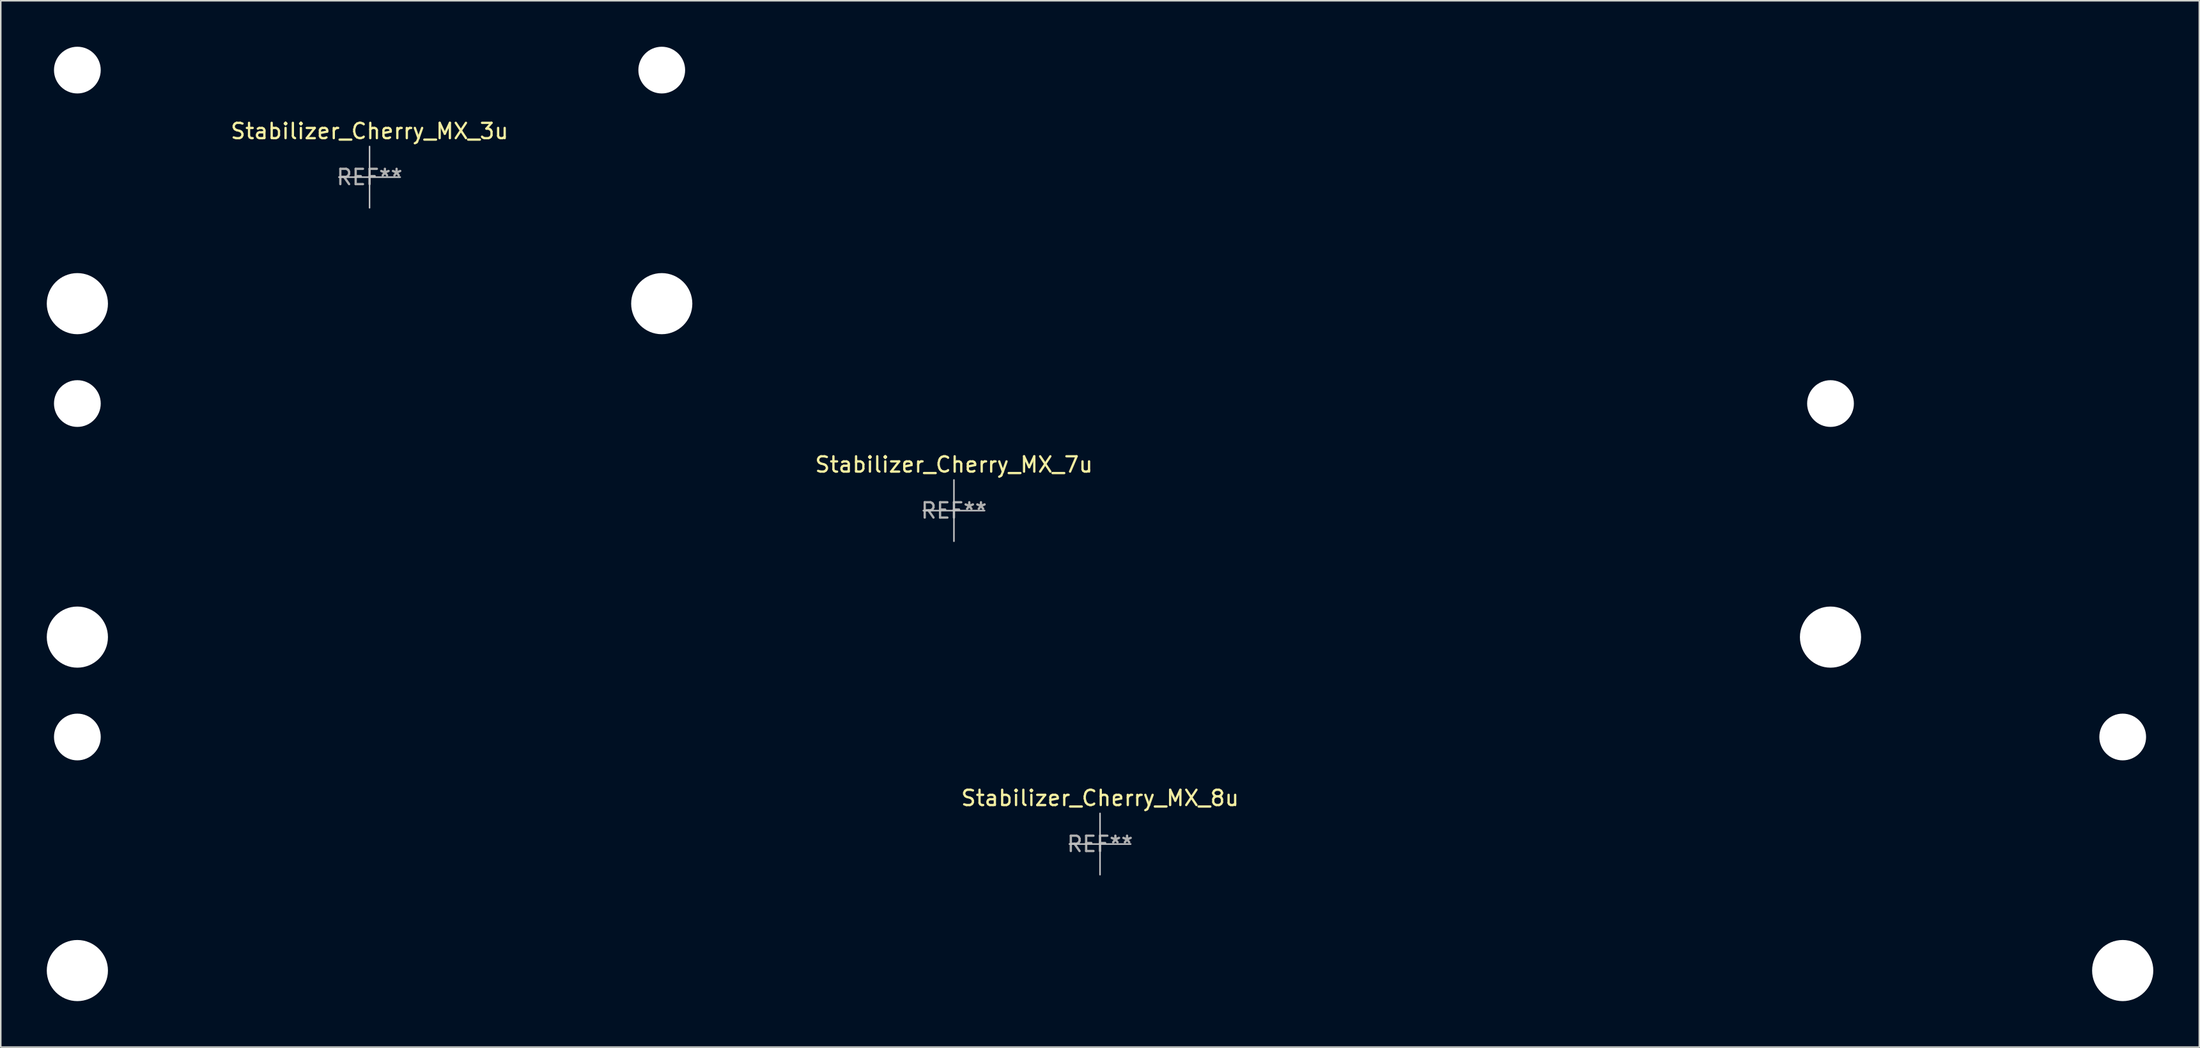
<source format=kicad_pcb>
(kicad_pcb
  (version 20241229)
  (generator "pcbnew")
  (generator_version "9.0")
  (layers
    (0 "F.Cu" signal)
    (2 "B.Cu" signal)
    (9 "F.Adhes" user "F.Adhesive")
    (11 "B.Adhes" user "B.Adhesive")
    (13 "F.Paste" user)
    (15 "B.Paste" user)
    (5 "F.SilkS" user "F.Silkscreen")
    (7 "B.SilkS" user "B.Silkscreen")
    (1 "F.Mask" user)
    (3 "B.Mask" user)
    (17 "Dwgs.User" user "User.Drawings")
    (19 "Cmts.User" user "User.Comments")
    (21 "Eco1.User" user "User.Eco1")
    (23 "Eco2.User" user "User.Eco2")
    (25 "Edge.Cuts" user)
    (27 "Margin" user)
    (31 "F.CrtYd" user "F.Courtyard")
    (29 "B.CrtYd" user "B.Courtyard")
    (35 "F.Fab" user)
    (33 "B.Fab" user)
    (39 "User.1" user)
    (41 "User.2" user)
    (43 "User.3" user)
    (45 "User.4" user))
  (footprint "Stabilizer_Cherry_MX_3u"
    (layer "F.Cu")
    (at 21.044 8.509)
    (property "Reference" "Stabilizer_Cherry_MX_3u" (at 0 -3 0) (layer "F.SilkS") (effects (font (size 1 1) (thickness 0.15))))
    (attr exclude_from_pos_files exclude_from_bom)
    (fp_line (start -2 0) (end 2 0) (stroke (width 0.1) (type solid)) (layer "Dwgs.User"))
    (fp_line (start 0 2) (end 0 -2) (stroke (width 0.1) (type solid)) (layer "Dwgs.User"))
    (fp_text user "REF**" (at 0 0 0) (layer "F.Fab") (effects (font (size 1 1) (thickness 0.15))))
    (pad "" np_thru_hole circle (at -19.05 -6.985) (size 3.048 3.048) (drill 3.048) (layers "*.Cu" "*.Mask"))
    (pad "" np_thru_hole circle (at -19.05 8.255) (size 3.988 3.988) (drill 3.988) (layers "*.Cu" "*.Mask"))
    (pad "" np_thru_hole circle (at 19.05 -6.985) (size 3.048 3.048) (drill 3.048) (layers "*.Cu" "*.Mask"))
    (pad "" np_thru_hole circle (at 19.05 8.255) (size 3.988 3.988) (drill 3.988) (layers "*.Cu" "*.Mask")))
  (footprint "Stabilizer_Cherry_MX_7u"
    (layer "F.Cu")
    (at 59.144 30.267)
    (property "Reference" "Stabilizer_Cherry_MX_7u" (at 0 -3 0) (layer "F.SilkS") (effects (font (size 1 1) (thickness 0.15))))
    (attr exclude_from_pos_files exclude_from_bom)
    (fp_line (start -2 0) (end 2 0) (stroke (width 0.1) (type solid)) (layer "Dwgs.User"))
    (fp_line (start 0 2) (end 0 -2) (stroke (width 0.1) (type solid)) (layer "Dwgs.User"))
    (fp_text user "REF**" (at 0 0 0) (layer "F.Fab") (effects (font (size 1 1) (thickness 0.15))))
    (pad "" np_thru_hole circle (at -57.15 -6.985) (size 3.048 3.048) (drill 3.048) (layers "*.Cu" "*.Mask"))
    (pad "" np_thru_hole circle (at -57.15 8.255) (size 3.988 3.988) (drill 3.988) (layers "*.Cu" "*.Mask"))
    (pad "" np_thru_hole circle (at 57.15 -6.985) (size 3.048 3.048) (drill 3.048) (layers "*.Cu" "*.Mask"))
    (pad "" np_thru_hole circle (at 57.15 8.255) (size 3.988 3.988) (drill 3.988) (layers "*.Cu" "*.Mask")))
  (footprint "Stabilizer_Cherry_MX_8u"
    (layer "F.Cu")
    (at 68.669 52.025)
    (property "Reference" "Stabilizer_Cherry_MX_8u" (at 0 -3 0) (layer "F.SilkS") (effects (font (size 1 1) (thickness 0.15))))
    (attr exclude_from_pos_files exclude_from_bom)
    (fp_line (start -2 0) (end 2 0) (stroke (width 0.1) (type solid)) (layer "Dwgs.User"))
    (fp_line (start 0 2) (end 0 -2) (stroke (width 0.1) (type solid)) (layer "Dwgs.User"))
    (fp_text user "REF**" (at 0 0 0) (layer "F.Fab") (effects (font (size 1 1) (thickness 0.15))))
    (pad "" np_thru_hole circle (at -66.675 -6.985) (size 3.048 3.048) (drill 3.048) (layers "*.Cu" "*.Mask"))
    (pad "" np_thru_hole circle (at -66.675 8.255) (size 3.988 3.988) (drill 3.988) (layers "*.Cu" "*.Mask"))
    (pad "" np_thru_hole circle (at 66.675 -6.985) (size 3.048 3.048) (drill 3.048) (layers "*.Cu" "*.Mask"))
    (pad "" np_thru_hole circle (at 66.675 8.255) (size 3.988 3.988) (drill 3.988) (layers "*.Cu" "*.Mask")))
  (gr_rect
    (start -3 -3)
    (end 140.338 65.274)
    (stroke (width 0.1) (type default))
    (fill no)
    (layer "Edge.Cuts")))
</source>
